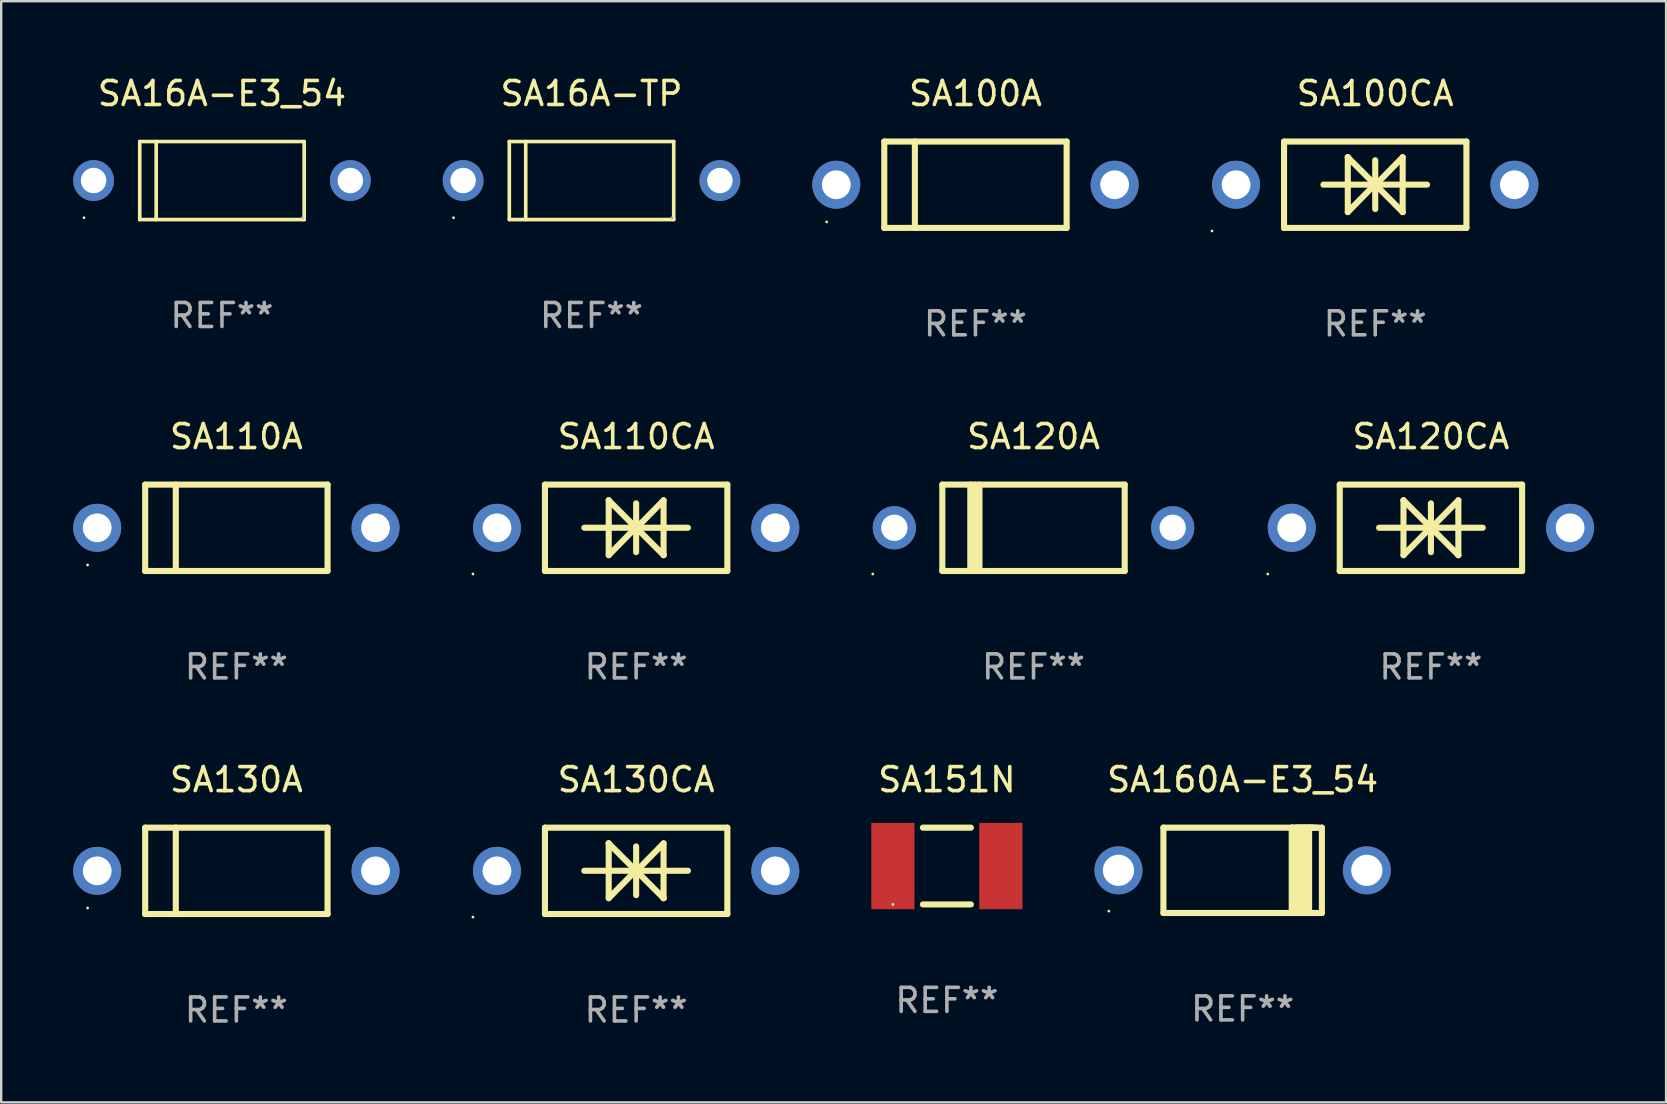
<source format=kicad_pcb>
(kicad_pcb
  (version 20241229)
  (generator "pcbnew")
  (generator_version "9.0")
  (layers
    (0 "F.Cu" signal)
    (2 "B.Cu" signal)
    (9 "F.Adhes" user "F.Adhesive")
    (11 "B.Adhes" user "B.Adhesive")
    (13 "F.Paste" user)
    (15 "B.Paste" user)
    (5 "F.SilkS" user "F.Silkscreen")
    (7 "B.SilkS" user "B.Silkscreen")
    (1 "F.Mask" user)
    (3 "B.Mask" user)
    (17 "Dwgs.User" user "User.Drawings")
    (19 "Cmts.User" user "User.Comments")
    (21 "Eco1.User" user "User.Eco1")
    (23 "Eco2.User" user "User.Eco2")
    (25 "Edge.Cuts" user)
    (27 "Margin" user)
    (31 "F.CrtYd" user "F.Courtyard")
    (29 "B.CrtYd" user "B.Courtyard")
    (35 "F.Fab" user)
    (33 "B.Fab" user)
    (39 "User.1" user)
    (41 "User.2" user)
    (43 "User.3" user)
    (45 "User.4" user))
  (footprint "SA16A-TP"
    (layer "F.Cu")
    (at 21.6 4.474)
    (property "Reference" "SA16A-TP" (at 0 -3.626 0) (layer "F.SilkS") (effects (font (size 1 1) (thickness 0.15))))
    (attr through_hole)
    (fp_line (start -3.426 -1.626) (end 3.426 -1.626) (stroke (width 0.152) (type solid)) (layer "F.SilkS"))
    (fp_line (start -3.426 1.626) (end -3.426 -1.626) (stroke (width 0.152) (type solid)) (layer "F.SilkS"))
    (fp_line (start -2.741 -1.626) (end -2.741 1.626) (stroke (width 0.152) (type solid)) (layer "F.SilkS"))
    (fp_line (start 3.426 -1.626) (end 3.426 1.626) (stroke (width 0.152) (type solid)) (layer "F.SilkS"))
    (fp_line (start 3.426 1.626) (end -3.426 1.626) (stroke (width 0.152) (type solid)) (layer "F.SilkS"))
    (fp_circle (center -5.75 1.55) (end -5.72 1.55) (stroke (width 0.06) (type solid)) (fill no) (layer "F.SilkS"))
    (fp_circle (center 3.35 1.55) (end 3.38 1.55) (stroke (width 0.06) (type solid)) (fill no) (layer "F.Fab"))
    (fp_text user "REF**" (at 0 5.626 0) (layer "F.Fab") (effects (font (size 1 1) (thickness 0.15))))
    (pad "1" thru_hole circle (at -5.35 -0.000013) (size 1.7 1.7) (drill 1.06) (layers "*.Cu" "*.Mask"))
    (pad "2" thru_hole circle (at 5.35 -0.000013) (size 1.7 1.7) (drill 1.06) (layers "*.Cu" "*.Mask")))
  (footprint "SA130CA"
    (layer "F.Cu")
    (at 23.46 33.241)
    (property "Reference" "SA130CA" (at 0 -3.8 0) (layer "F.SilkS") (effects (font (size 1 1) (thickness 0.15))))
    (attr through_hole)
    (fp_line (start -3.8 -1.8) (end -3.8 1.8) (stroke (width 0.254) (type solid)) (layer "F.SilkS"))
    (fp_line (start -3.8 -1.8) (end 3.8 -1.8) (stroke (width 0.254) (type solid)) (layer "F.SilkS"))
    (fp_line (start -3.8 1.8) (end 3.8 1.8) (stroke (width 0.254) (type solid)) (layer "F.SilkS"))
    (fp_line (start -2.159 -0.003) (end 2.159 -0.003) (stroke (width 0.254) (type solid)) (layer "F.SilkS"))
    (fp_line (start -1.143 -1.146) (end -1.143 1.14) (stroke (width 0.254) (type solid)) (layer "F.SilkS"))
    (fp_line (start -1.143 -1.143) (end -1.143 -1.146) (stroke (width 0.254) (type solid)) (layer "F.SilkS"))
    (fp_line (start 0 -1.019) (end 0 1.013) (stroke (width 0.254) (type solid)) (layer "F.SilkS"))
    (fp_line (start 0 -0.026) (end -1.143 1.14) (stroke (width 0.254) (type solid)) (layer "F.SilkS"))
    (fp_line (start 0 -0.006) (end 1.143 1.137) (stroke (width 0.254) (type solid)) (layer "F.SilkS"))
    (fp_line (start 0 0) (end -1.143 -1.143) (stroke (width 0.254) (type solid)) (layer "F.SilkS"))
    (fp_line (start 0 0.02) (end 1.143 -1.146) (stroke (width 0.254) (type solid)) (layer "F.SilkS"))
    (fp_line (start 1.143 1.137) (end 1.143 1.14) (stroke (width 0.254) (type solid)) (layer "F.SilkS"))
    (fp_line (start 1.143 1.14) (end 1.143 -1.146) (stroke (width 0.254) (type solid)) (layer "F.SilkS"))
    (fp_line (start 3.8 -1.8) (end 3.8 1.8) (stroke (width 0.254) (type solid)) (layer "F.SilkS"))
    (fp_circle (center -6.8 1.927) (end -6.77 1.927) (stroke (width 0.06) (type solid)) (fill no) (layer "F.SilkS"))
    (fp_text user "REF**" (at 0 5.8 0) (layer "F.Fab") (effects (font (size 1 1) (thickness 0.15))))
    (pad "1" thru_hole circle (at -5.8 0) (size 2 2) (drill 1.2) (layers "*.Cu" "*.Mask"))
    (pad "2" thru_hole circle (at 5.8 0) (size 2 2) (drill 1.2) (layers "*.Cu" "*.Mask")))
  (footprint "SA160A-E3_54"
    (layer "F.Cu")
    (at 48.735 33.219)
    (property "Reference" "SA160A-E3_54" (at 0 -3.778 0) (layer "F.SilkS") (effects (font (size 1 1) (thickness 0.15))))
    (attr through_hole)
    (fp_line (start -3.302 -1.778) (end -3.302 1.778) (stroke (width 0.254) (type solid)) (layer "F.SilkS"))
    (fp_line (start -3.302 1.778) (end 3.302 1.778) (stroke (width 0.254) (type solid)) (layer "F.SilkS"))
    (fp_line (start 2.045 -1.778) (end 2.045 1.778) (stroke (width 0.254) (type solid)) (layer "F.SilkS"))
    (fp_line (start 2.261 -1.778) (end 2.261 1.778) (stroke (width 0.254) (type solid)) (layer "F.SilkS"))
    (fp_line (start 2.421 -1.778) (end 2.045 -1.778) (stroke (width 0.254) (type solid)) (layer "F.SilkS"))
    (fp_line (start 2.439 -1.778) (end 2.439 1.778) (stroke (width 0.254) (type solid)) (layer "F.SilkS"))
    (fp_line (start 2.579 -1.778) (end 2.261 -1.778) (stroke (width 0.254) (type solid)) (layer "F.SilkS"))
    (fp_line (start 2.604 -1.778) (end 2.604 1.778) (stroke (width 0.254) (type solid)) (layer "F.SilkS"))
    (fp_line (start 2.757 -1.778) (end 2.439 -1.778) (stroke (width 0.254) (type solid)) (layer "F.SilkS"))
    (fp_line (start 2.769 -1.778) (end 2.769 1.778) (stroke (width 0.254) (type solid)) (layer "F.SilkS"))
    (fp_line (start 2.922 -1.778) (end 2.604 -1.778) (stroke (width 0.254) (type solid)) (layer "F.SilkS"))
    (fp_line (start 3.087 -1.778) (end 2.769 -1.778) (stroke (width 0.254) (type solid)) (layer "F.SilkS"))
    (fp_line (start 3.302 -1.778) (end -3.302 -1.778) (stroke (width 0.254) (type solid)) (layer "F.SilkS"))
    (fp_line (start 3.302 1.778) (end 3.302 -1.778) (stroke (width 0.254) (type solid)) (layer "F.SilkS"))
    (fp_circle (center -5.576 1.7) (end -5.546 1.7) (stroke (width 0.06) (type solid)) (fill no) (layer "F.SilkS"))
    (fp_text user "REF**" (at 0 5.778 0) (layer "F.Fab") (effects (font (size 1 1) (thickness 0.15))))
    (pad "1" thru_hole circle (at -5.175 0) (size 2 2) (drill 1.3) (layers "*.Cu" "*.Mask"))
    (pad "2" thru_hole circle (at 5.175 0) (size 2 2) (drill 1.3) (layers "*.Cu" "*.Mask")))
  (footprint "SA130A"
    (layer "F.Cu")
    (at 6.8 33.241)
    (property "Reference" "SA130A" (at 0 -3.8 0) (layer "F.SilkS") (effects (font (size 1 1) (thickness 0.15))))
    (attr through_hole)
    (fp_line (start -3.8 -1.8) (end -3.8 1.8) (stroke (width 0.254) (type solid)) (layer "F.SilkS"))
    (fp_line (start -3.8 -1.8) (end 3.8 -1.8) (stroke (width 0.254) (type solid)) (layer "F.SilkS"))
    (fp_line (start -3.8 1.8) (end 3.8 1.8) (stroke (width 0.254) (type solid)) (layer "F.SilkS"))
    (fp_line (start -2.524 -1.8) (end -2.524 1.8) (stroke (width 0.254) (type solid)) (layer "F.SilkS"))
    (fp_line (start 3.8 -1.8) (end 3.8 1.8) (stroke (width 0.254) (type solid)) (layer "F.SilkS"))
    (fp_circle (center -6.2 1.55) (end -6.17 1.55) (stroke (width 0.06) (type solid)) (fill no) (layer "F.SilkS"))
    (fp_text user "REF**" (at 0 5.8 0) (layer "F.Fab") (effects (font (size 1 1) (thickness 0.15))))
    (pad "1" thru_hole circle (at -5.8 0) (size 2 2) (drill 1.2) (layers "*.Cu" "*.Mask"))
    (pad "2" thru_hole circle (at 5.8 0) (size 2 2) (drill 1.2) (layers "*.Cu" "*.Mask")))
  (footprint "SA151N"
    (layer "F.Cu")
    (at 36.41 33.041)
    (property "Reference" "SA151N" (at 0 -3.6 0) (layer "F.SilkS") (effects (font (size 1 1) (thickness 0.15))))
    (attr through_hole)
    (fp_line (start -1 -1.6) (end 1 -1.6) (stroke (width 0.254) (type solid)) (layer "F.SilkS"))
    (fp_line (start 1 1.6) (end -1 1.6) (stroke (width 0.254) (type solid)) (layer "F.SilkS"))
    (fp_circle (center -2.25 1.6) (end -2.22 1.6) (stroke (width 0.06) (type solid)) (fill no) (layer "F.SilkS"))
    (fp_text user "REF**" (at 0 5.6 0) (layer "F.Fab") (effects (font (size 1 1) (thickness 0.15))))
    (pad "1" smd rect (at -2.25 0) (size 1.8 3.6) (layers "F.Cu" "F.Mask" "F.Paste"))
    (pad "2" smd rect (at 2.25 0) (size 1.8 3.6) (layers "F.Cu" "F.Mask" "F.Paste")))
  (footprint "SA100A"
    (layer "F.Cu")
    (at 37.6 4.648)
    (property "Reference" "SA100A" (at 0 -3.8 0) (layer "F.SilkS") (effects (font (size 1 1) (thickness 0.15))))
    (attr through_hole)
    (fp_line (start -3.8 -1.8) (end -3.8 1.8) (stroke (width 0.254) (type solid)) (layer "F.SilkS"))
    (fp_line (start -3.8 -1.8) (end 3.8 -1.8) (stroke (width 0.254) (type solid)) (layer "F.SilkS"))
    (fp_line (start -3.8 1.8) (end 3.8 1.8) (stroke (width 0.254) (type solid)) (layer "F.SilkS"))
    (fp_line (start -2.524 -1.8) (end -2.524 1.8) (stroke (width 0.254) (type solid)) (layer "F.SilkS"))
    (fp_line (start 3.8 -1.8) (end 3.8 1.8) (stroke (width 0.254) (type solid)) (layer "F.SilkS"))
    (fp_circle (center -6.2 1.55) (end -6.17 1.55) (stroke (width 0.06) (type solid)) (fill no) (layer "F.SilkS"))
    (fp_text user "REF**" (at 0 5.8 0) (layer "F.Fab") (effects (font (size 1 1) (thickness 0.15))))
    (pad "1" thru_hole circle (at -5.8 0) (size 2 2) (drill 1.2) (layers "*.Cu" "*.Mask"))
    (pad "2" thru_hole circle (at 5.8 0) (size 2 2) (drill 1.2) (layers "*.Cu" "*.Mask")))
  (footprint "SA100CA"
    (layer "F.Cu")
    (at 54.26 4.648)
    (property "Reference" "SA100CA" (at 0 -3.8 0) (layer "F.SilkS") (effects (font (size 1 1) (thickness 0.15))))
    (attr through_hole)
    (fp_line (start -3.8 -1.8) (end -3.8 1.8) (stroke (width 0.254) (type solid)) (layer "F.SilkS"))
    (fp_line (start -3.8 -1.8) (end 3.8 -1.8) (stroke (width 0.254) (type solid)) (layer "F.SilkS"))
    (fp_line (start -3.8 1.8) (end 3.8 1.8) (stroke (width 0.254) (type solid)) (layer "F.SilkS"))
    (fp_line (start -2.159 -0.003) (end 2.159 -0.003) (stroke (width 0.254) (type solid)) (layer "F.SilkS"))
    (fp_line (start -1.143 -1.146) (end -1.143 1.14) (stroke (width 0.254) (type solid)) (layer "F.SilkS"))
    (fp_line (start -1.143 -1.143) (end -1.143 -1.146) (stroke (width 0.254) (type solid)) (layer "F.SilkS"))
    (fp_line (start 0 -1.019) (end 0 1.013) (stroke (width 0.254) (type solid)) (layer "F.SilkS"))
    (fp_line (start 0 -0.026) (end -1.143 1.14) (stroke (width 0.254) (type solid)) (layer "F.SilkS"))
    (fp_line (start 0 -0.006) (end 1.143 1.137) (stroke (width 0.254) (type solid)) (layer "F.SilkS"))
    (fp_line (start 0 0) (end -1.143 -1.143) (stroke (width 0.254) (type solid)) (layer "F.SilkS"))
    (fp_line (start 0 0.02) (end 1.143 -1.146) (stroke (width 0.254) (type solid)) (layer "F.SilkS"))
    (fp_line (start 1.143 1.137) (end 1.143 1.14) (stroke (width 0.254) (type solid)) (layer "F.SilkS"))
    (fp_line (start 1.143 1.14) (end 1.143 -1.146) (stroke (width 0.254) (type solid)) (layer "F.SilkS"))
    (fp_line (start 3.8 -1.8) (end 3.8 1.8) (stroke (width 0.254) (type solid)) (layer "F.SilkS"))
    (fp_circle (center -6.8 1.927) (end -6.77 1.927) (stroke (width 0.06) (type solid)) (fill no) (layer "F.SilkS"))
    (fp_text user "REF**" (at 0 5.8 0) (layer "F.Fab") (effects (font (size 1 1) (thickness 0.15))))
    (pad "1" thru_hole circle (at -5.8 0) (size 2 2) (drill 1.2) (layers "*.Cu" "*.Mask"))
    (pad "2" thru_hole circle (at 5.8 0) (size 2 2) (drill 1.2) (layers "*.Cu" "*.Mask")))
  (footprint "SA110A"
    (layer "F.Cu")
    (at 6.8 18.945)
    (property "Reference" "SA110A" (at 0 -3.8 0) (layer "F.SilkS") (effects (font (size 1 1) (thickness 0.15))))
    (attr through_hole)
    (fp_line (start -3.8 -1.8) (end -3.8 1.8) (stroke (width 0.254) (type solid)) (layer "F.SilkS"))
    (fp_line (start -3.8 -1.8) (end 3.8 -1.8) (stroke (width 0.254) (type solid)) (layer "F.SilkS"))
    (fp_line (start -3.8 1.8) (end 3.8 1.8) (stroke (width 0.254) (type solid)) (layer "F.SilkS"))
    (fp_line (start -2.524 -1.8) (end -2.524 1.8) (stroke (width 0.254) (type solid)) (layer "F.SilkS"))
    (fp_line (start 3.8 -1.8) (end 3.8 1.8) (stroke (width 0.254) (type solid)) (layer "F.SilkS"))
    (fp_circle (center -6.2 1.55) (end -6.17 1.55) (stroke (width 0.06) (type solid)) (fill no) (layer "F.SilkS"))
    (fp_text user "REF**" (at 0 5.8 0) (layer "F.Fab") (effects (font (size 1 1) (thickness 0.15))))
    (pad "1" thru_hole circle (at -5.8 0) (size 2 2) (drill 1.2) (layers "*.Cu" "*.Mask"))
    (pad "2" thru_hole circle (at 5.8 0) (size 2 2) (drill 1.2) (layers "*.Cu" "*.Mask")))
  (footprint "SA120CA"
    (layer "F.Cu")
    (at 56.581 18.945)
    (property "Reference" "SA120CA" (at 0 -3.8 0) (layer "F.SilkS") (effects (font (size 1 1) (thickness 0.15))))
    (attr through_hole)
    (fp_line (start -3.8 -1.8) (end -3.8 1.8) (stroke (width 0.254) (type solid)) (layer "F.SilkS"))
    (fp_line (start -3.8 -1.8) (end 3.8 -1.8) (stroke (width 0.254) (type solid)) (layer "F.SilkS"))
    (fp_line (start -3.8 1.8) (end 3.8 1.8) (stroke (width 0.254) (type solid)) (layer "F.SilkS"))
    (fp_line (start -2.159 -0.003) (end 2.159 -0.003) (stroke (width 0.254) (type solid)) (layer "F.SilkS"))
    (fp_line (start -1.143 -1.146) (end -1.143 1.14) (stroke (width 0.254) (type solid)) (layer "F.SilkS"))
    (fp_line (start -1.143 -1.143) (end -1.143 -1.146) (stroke (width 0.254) (type solid)) (layer "F.SilkS"))
    (fp_line (start 0 -1.019) (end 0 1.013) (stroke (width 0.254) (type solid)) (layer "F.SilkS"))
    (fp_line (start 0 -0.026) (end -1.143 1.14) (stroke (width 0.254) (type solid)) (layer "F.SilkS"))
    (fp_line (start 0 -0.006) (end 1.143 1.137) (stroke (width 0.254) (type solid)) (layer "F.SilkS"))
    (fp_line (start 0 0) (end -1.143 -1.143) (stroke (width 0.254) (type solid)) (layer "F.SilkS"))
    (fp_line (start 0 0.02) (end 1.143 -1.146) (stroke (width 0.254) (type solid)) (layer "F.SilkS"))
    (fp_line (start 1.143 1.137) (end 1.143 1.14) (stroke (width 0.254) (type solid)) (layer "F.SilkS"))
    (fp_line (start 1.143 1.14) (end 1.143 -1.146) (stroke (width 0.254) (type solid)) (layer "F.SilkS"))
    (fp_line (start 3.8 -1.8) (end 3.8 1.8) (stroke (width 0.254) (type solid)) (layer "F.SilkS"))
    (fp_circle (center -6.8 1.927) (end -6.77 1.927) (stroke (width 0.06) (type solid)) (fill no) (layer "F.SilkS"))
    (fp_text user "REF**" (at 0 5.8 0) (layer "F.Fab") (effects (font (size 1 1) (thickness 0.15))))
    (pad "1" thru_hole circle (at -5.8 0) (size 2 2) (drill 1.2) (layers "*.Cu" "*.Mask"))
    (pad "2" thru_hole circle (at 5.8 0) (size 2 2) (drill 1.2) (layers "*.Cu" "*.Mask")))
  (footprint "SA16A-E3_54"
    (layer "F.Cu")
    (at 6.2 4.474)
    (property "Reference" "SA16A-E3_54" (at 0 -3.626 0) (layer "F.SilkS") (effects (font (size 1 1) (thickness 0.15))))
    (attr through_hole)
    (fp_line (start -3.426 -1.626) (end 3.426 -1.626) (stroke (width 0.152) (type solid)) (layer "F.SilkS"))
    (fp_line (start -3.426 1.626) (end -3.426 -1.626) (stroke (width 0.152) (type solid)) (layer "F.SilkS"))
    (fp_line (start -2.741 -1.626) (end -2.741 1.626) (stroke (width 0.152) (type solid)) (layer "F.SilkS"))
    (fp_line (start 3.426 -1.626) (end 3.426 1.626) (stroke (width 0.152) (type solid)) (layer "F.SilkS"))
    (fp_line (start 3.426 1.626) (end -3.426 1.626) (stroke (width 0.152) (type solid)) (layer "F.SilkS"))
    (fp_circle (center -5.75 1.55) (end -5.72 1.55) (stroke (width 0.06) (type solid)) (fill no) (layer "F.SilkS"))
    (fp_circle (center 3.35 1.55) (end 3.38 1.55) (stroke (width 0.06) (type solid)) (fill no) (layer "F.Fab"))
    (fp_text user "REF**" (at 0 5.626 0) (layer "F.Fab") (effects (font (size 1 1) (thickness 0.15))))
    (pad "1" thru_hole circle (at -5.35 -0.000013) (size 1.7 1.7) (drill 1.06) (layers "*.Cu" "*.Mask"))
    (pad "2" thru_hole circle (at 5.35 -0.000013) (size 1.7 1.7) (drill 1.06) (layers "*.Cu" "*.Mask")))
  (footprint "SA120A"
    (layer "F.Cu")
    (at 40.02 18.945)
    (property "Reference" "SA120A" (at 0 -3.8 0) (layer "F.SilkS") (effects (font (size 1 1) (thickness 0.15))))
    (attr through_hole)
    (fp_line (start -3.8 -1.8) (end -3.8 1.8) (stroke (width 0.254) (type solid)) (layer "F.SilkS"))
    (fp_line (start -3.8 -1.8) (end 3.8 -1.8) (stroke (width 0.254) (type solid)) (layer "F.SilkS"))
    (fp_line (start -3.8 1.8) (end 3.8 1.8) (stroke (width 0.254) (type solid)) (layer "F.SilkS"))
    (fp_line (start -2.634 -1.8) (end -2.634 1.8) (stroke (width 0.254) (type solid)) (layer "F.SilkS"))
    (fp_line (start -2.456 -1.8) (end -2.456 1.8) (stroke (width 0.254) (type solid)) (layer "F.SilkS"))
    (fp_line (start -2.253 -1.8) (end -2.253 1.8) (stroke (width 0.254) (type solid)) (layer "F.SilkS"))
    (fp_line (start 3.8 -1.8) (end 3.8 1.8) (stroke (width 0.254) (type solid)) (layer "F.SilkS"))
    (fp_circle (center -6.7 1.927) (end -6.67 1.927) (stroke (width 0.06) (type solid)) (fill no) (layer "F.SilkS"))
    (fp_text user "REF**" (at 0 5.8 0) (layer "F.Fab") (effects (font (size 1 1) (thickness 0.15))))
    (pad "1" thru_hole circle (at -5.8 0) (size 1.8 1.8) (drill 1.1) (layers "*.Cu" "*.Mask"))
    (pad "2" thru_hole circle (at 5.8 0) (size 1.8 1.8) (drill 1.1) (layers "*.Cu" "*.Mask")))
  (footprint "SA110CA"
    (layer "F.Cu")
    (at 23.46 18.945)
    (property "Reference" "SA110CA" (at 0 -3.8 0) (layer "F.SilkS") (effects (font (size 1 1) (thickness 0.15))))
    (attr through_hole)
    (fp_line (start -3.8 -1.8) (end -3.8 1.8) (stroke (width 0.254) (type solid)) (layer "F.SilkS"))
    (fp_line (start -3.8 -1.8) (end 3.8 -1.8) (stroke (width 0.254) (type solid)) (layer "F.SilkS"))
    (fp_line (start -3.8 1.8) (end 3.8 1.8) (stroke (width 0.254) (type solid)) (layer "F.SilkS"))
    (fp_line (start -2.159 -0.003) (end 2.159 -0.003) (stroke (width 0.254) (type solid)) (layer "F.SilkS"))
    (fp_line (start -1.143 -1.146) (end -1.143 1.14) (stroke (width 0.254) (type solid)) (layer "F.SilkS"))
    (fp_line (start -1.143 -1.143) (end -1.143 -1.146) (stroke (width 0.254) (type solid)) (layer "F.SilkS"))
    (fp_line (start 0 -1.019) (end 0 1.013) (stroke (width 0.254) (type solid)) (layer "F.SilkS"))
    (fp_line (start 0 -0.026) (end -1.143 1.14) (stroke (width 0.254) (type solid)) (layer "F.SilkS"))
    (fp_line (start 0 -0.006) (end 1.143 1.137) (stroke (width 0.254) (type solid)) (layer "F.SilkS"))
    (fp_line (start 0 0) (end -1.143 -1.143) (stroke (width 0.254) (type solid)) (layer "F.SilkS"))
    (fp_line (start 0 0.02) (end 1.143 -1.146) (stroke (width 0.254) (type solid)) (layer "F.SilkS"))
    (fp_line (start 1.143 1.137) (end 1.143 1.14) (stroke (width 0.254) (type solid)) (layer "F.SilkS"))
    (fp_line (start 1.143 1.14) (end 1.143 -1.146) (stroke (width 0.254) (type solid)) (layer "F.SilkS"))
    (fp_line (start 3.8 -1.8) (end 3.8 1.8) (stroke (width 0.254) (type solid)) (layer "F.SilkS"))
    (fp_circle (center -6.8 1.927) (end -6.77 1.927) (stroke (width 0.06) (type solid)) (fill no) (layer "F.SilkS"))
    (fp_text user "REF**" (at 0 5.8 0) (layer "F.Fab") (effects (font (size 1 1) (thickness 0.15))))
    (pad "1" thru_hole circle (at -5.8 0) (size 2 2) (drill 1.2) (layers "*.Cu" "*.Mask"))
    (pad "2" thru_hole circle (at 5.8 0) (size 2 2) (drill 1.2) (layers "*.Cu" "*.Mask")))
  (gr_rect
    (start -3 -3)
    (end 66.381 42.889)
    (stroke (width 0.1) (type default))
    (fill no)
    (layer "Edge.Cuts")))
</source>
